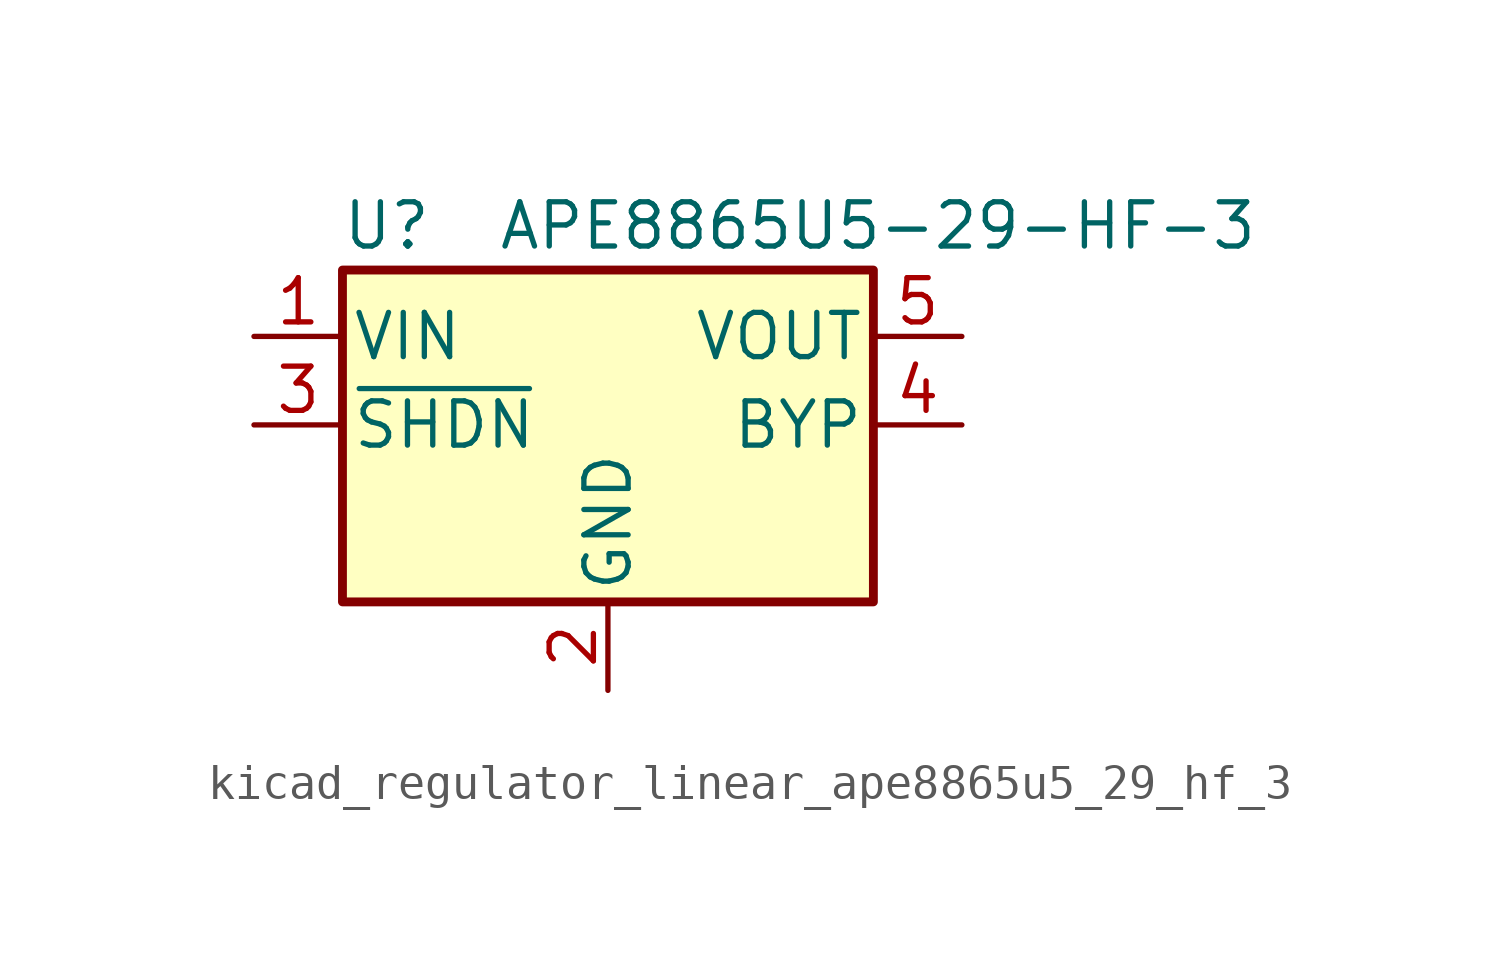
<source format=kicad_sym>
(kicad_symbol_lib
  (version 20220914)
  (generator kicad_symbol_editor)
  (symbol "kicad_regulator_linear_ape8865u5_29_hf_3"
    (pin_names
      (offset 0.254))
    (property "Reference" "U"
      (at -6.35 5.715 0)
      (effects (font (size 1.27 1.27))))
    (property "Value" "APE8865U5-29-HF-3"
      (at -3.175 5.715 0)
      (effects (font (size 1.27 1.27)) (justify left)))
    (symbol "kicad_regulator_linear_ape8865u5_29_hf_3_0_1"
      (rectangle (start -7.62 4.445) (end 7.62 -5.08) (stroke (width 0.254) (type default)) (fill (type background))))
    (symbol "kicad_regulator_linear_ape8865u5_29_hf_3_1_1"
      (pin power_in line (at -10.16 2.54 0) (length 2.54) (name "VIN" (effects (font (size 1.27 1.27)))) (number "1" (effects (font (size 1.27 1.27)))))
      (pin power_in line (at 0 -7.62 90) (length 2.54) (name "GND" (effects (font (size 1.27 1.27)))) (number "2" (effects (font (size 1.27 1.27)))))
      (pin input line (at -10.16 0 0) (length 2.54) (name "~{SHDN}" (effects (font (size 1.27 1.27)))) (number "3" (effects (font (size 1.27 1.27)))))
      (pin input line (at 10.16 0 180) (length 2.54) (name "BYP" (effects (font (size 1.27 1.27)))) (number "4" (effects (font (size 1.27 1.27)))))
      (pin power_out line (at 10.16 2.54 180) (length 2.54) (name "VOUT" (effects (font (size 1.27 1.27)))) (number "5" (effects (font (size 1.27 1.27))))))))
</source>
